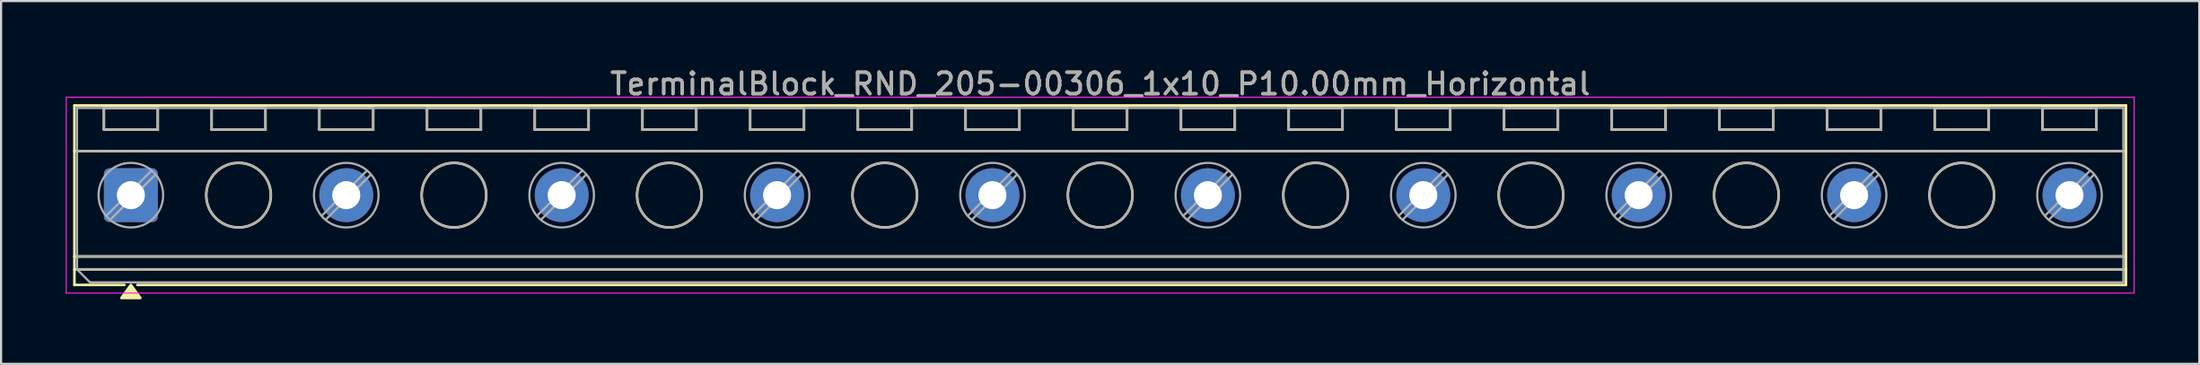
<source format=kicad_pcb>
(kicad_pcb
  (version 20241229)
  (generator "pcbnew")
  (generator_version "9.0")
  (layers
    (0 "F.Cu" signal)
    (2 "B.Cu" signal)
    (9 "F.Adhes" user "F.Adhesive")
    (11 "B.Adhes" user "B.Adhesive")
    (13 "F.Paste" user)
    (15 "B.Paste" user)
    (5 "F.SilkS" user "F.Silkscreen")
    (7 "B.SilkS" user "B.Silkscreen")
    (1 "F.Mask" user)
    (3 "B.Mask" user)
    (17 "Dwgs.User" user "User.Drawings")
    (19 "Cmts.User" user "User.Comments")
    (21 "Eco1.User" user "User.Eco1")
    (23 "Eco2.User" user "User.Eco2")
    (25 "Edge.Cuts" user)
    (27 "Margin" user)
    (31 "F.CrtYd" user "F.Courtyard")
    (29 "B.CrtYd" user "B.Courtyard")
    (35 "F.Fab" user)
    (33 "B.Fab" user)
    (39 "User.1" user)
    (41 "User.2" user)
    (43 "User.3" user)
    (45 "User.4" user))
  (footprint "TerminalBlock_RND_205-00306_1x10_P10.00mm_Horizontal"
    (layer "F.Cu")
    (at 3.025 6.018)
    (property "Reference" "TerminalBlock_RND_205-00306_1x10_P10.00mm_Horizontal" (at 45 -5.17 0) (layer "F.SilkS") (effects (font (size 1 1) (thickness 0.15))))
    (attr through_hole)
    (fp_line (start -2.62 -4.17) (end -2.62 4.17) (stroke (width 0.12) (type solid)) (layer "F.SilkS"))
    (fp_line (start -2.62 -4.17) (end 92.62 -4.17) (stroke (width 0.12) (type solid)) (layer "F.SilkS"))
    (fp_line (start -2.62 -2.05) (end 92.62 -2.05) (stroke (width 0.12) (type solid)) (layer "F.SilkS"))
    (fp_line (start -2.62 2.85) (end 92.62 2.85) (stroke (width 0.12) (type solid)) (layer "F.SilkS"))
    (fp_line (start -2.62 3.45) (end 92.62 3.45) (stroke (width 0.12) (type solid)) (layer "F.SilkS"))
    (fp_line (start -2.62 4.17) (end -0.3 4.17) (stroke (width 0.12) (type solid)) (layer "F.SilkS"))
    (fp_line (start -1.25 -4.05) (end -1.25 -3.05) (stroke (width 0.12) (type solid)) (layer "F.SilkS"))
    (fp_line (start -1.25 -4.05) (end 1.25 -4.05) (stroke (width 0.12) (type solid)) (layer "F.SilkS"))
    (fp_line (start -1.25 -3.05) (end 1.25 -3.05) (stroke (width 0.12) (type solid)) (layer "F.SilkS"))
    (fp_line (start 0.3 4.17) (end 92.62 4.17) (stroke (width 0.12) (type solid)) (layer "F.SilkS"))
    (fp_line (start 1.25 -4.05) (end 1.25 -3.05) (stroke (width 0.12) (type solid)) (layer "F.SilkS"))
    (fp_line (start 3.75 -4.05) (end 3.75 -3.05) (stroke (width 0.12) (type solid)) (layer "F.SilkS"))
    (fp_line (start 3.75 -4.05) (end 6.25 -4.05) (stroke (width 0.12) (type solid)) (layer "F.SilkS"))
    (fp_line (start 3.75 -3.05) (end 6.25 -3.05) (stroke (width 0.12) (type solid)) (layer "F.SilkS"))
    (fp_line (start 6.25 -4.05) (end 6.25 -3.05) (stroke (width 0.12) (type solid)) (layer "F.SilkS"))
    (fp_line (start 8.75 -4.05) (end 8.75 -3.05) (stroke (width 0.12) (type solid)) (layer "F.SilkS"))
    (fp_line (start 8.75 -4.05) (end 11.25 -4.05) (stroke (width 0.12) (type solid)) (layer "F.SilkS"))
    (fp_line (start 8.75 -3.05) (end 11.25 -3.05) (stroke (width 0.12) (type solid)) (layer "F.SilkS"))
    (fp_line (start 11.25 -4.05) (end 11.25 -3.05) (stroke (width 0.12) (type solid)) (layer "F.SilkS"))
    (fp_line (start 13.75 -4.05) (end 13.75 -3.05) (stroke (width 0.12) (type solid)) (layer "F.SilkS"))
    (fp_line (start 13.75 -4.05) (end 16.25 -4.05) (stroke (width 0.12) (type solid)) (layer "F.SilkS"))
    (fp_line (start 13.75 -3.05) (end 16.25 -3.05) (stroke (width 0.12) (type solid)) (layer "F.SilkS"))
    (fp_line (start 16.25 -4.05) (end 16.25 -3.05) (stroke (width 0.12) (type solid)) (layer "F.SilkS"))
    (fp_line (start 18.75 -4.05) (end 18.75 -3.05) (stroke (width 0.12) (type solid)) (layer "F.SilkS"))
    (fp_line (start 18.75 -4.05) (end 21.25 -4.05) (stroke (width 0.12) (type solid)) (layer "F.SilkS"))
    (fp_line (start 18.75 -3.05) (end 21.25 -3.05) (stroke (width 0.12) (type solid)) (layer "F.SilkS"))
    (fp_line (start 21.25 -4.05) (end 21.25 -3.05) (stroke (width 0.12) (type solid)) (layer "F.SilkS"))
    (fp_line (start 23.75 -4.05) (end 23.75 -3.05) (stroke (width 0.12) (type solid)) (layer "F.SilkS"))
    (fp_line (start 23.75 -4.05) (end 26.25 -4.05) (stroke (width 0.12) (type solid)) (layer "F.SilkS"))
    (fp_line (start 23.75 -3.05) (end 26.25 -3.05) (stroke (width 0.12) (type solid)) (layer "F.SilkS"))
    (fp_line (start 26.25 -4.05) (end 26.25 -3.05) (stroke (width 0.12) (type solid)) (layer "F.SilkS"))
    (fp_line (start 28.75 -4.05) (end 28.75 -3.05) (stroke (width 0.12) (type solid)) (layer "F.SilkS"))
    (fp_line (start 28.75 -4.05) (end 31.25 -4.05) (stroke (width 0.12) (type solid)) (layer "F.SilkS"))
    (fp_line (start 28.75 -3.05) (end 31.25 -3.05) (stroke (width 0.12) (type solid)) (layer "F.SilkS"))
    (fp_line (start 31.25 -4.05) (end 31.25 -3.05) (stroke (width 0.12) (type solid)) (layer "F.SilkS"))
    (fp_line (start 33.75 -4.05) (end 33.75 -3.05) (stroke (width 0.12) (type solid)) (layer "F.SilkS"))
    (fp_line (start 33.75 -4.05) (end 36.25 -4.05) (stroke (width 0.12) (type solid)) (layer "F.SilkS"))
    (fp_line (start 33.75 -3.05) (end 36.25 -3.05) (stroke (width 0.12) (type solid)) (layer "F.SilkS"))
    (fp_line (start 36.25 -4.05) (end 36.25 -3.05) (stroke (width 0.12) (type solid)) (layer "F.SilkS"))
    (fp_line (start 38.75 -4.05) (end 38.75 -3.05) (stroke (width 0.12) (type solid)) (layer "F.SilkS"))
    (fp_line (start 38.75 -4.05) (end 41.25 -4.05) (stroke (width 0.12) (type solid)) (layer "F.SilkS"))
    (fp_line (start 38.75 -3.05) (end 41.25 -3.05) (stroke (width 0.12) (type solid)) (layer "F.SilkS"))
    (fp_line (start 41.25 -4.05) (end 41.25 -3.05) (stroke (width 0.12) (type solid)) (layer "F.SilkS"))
    (fp_line (start 43.75 -4.05) (end 43.75 -3.05) (stroke (width 0.12) (type solid)) (layer "F.SilkS"))
    (fp_line (start 43.75 -4.05) (end 46.25 -4.05) (stroke (width 0.12) (type solid)) (layer "F.SilkS"))
    (fp_line (start 43.75 -3.05) (end 46.25 -3.05) (stroke (width 0.12) (type solid)) (layer "F.SilkS"))
    (fp_line (start 46.25 -4.05) (end 46.25 -3.05) (stroke (width 0.12) (type solid)) (layer "F.SilkS"))
    (fp_line (start 48.75 -4.05) (end 48.75 -3.05) (stroke (width 0.12) (type solid)) (layer "F.SilkS"))
    (fp_line (start 48.75 -4.05) (end 51.25 -4.05) (stroke (width 0.12) (type solid)) (layer "F.SilkS"))
    (fp_line (start 48.75 -3.05) (end 51.25 -3.05) (stroke (width 0.12) (type solid)) (layer "F.SilkS"))
    (fp_line (start 51.25 -4.05) (end 51.25 -3.05) (stroke (width 0.12) (type solid)) (layer "F.SilkS"))
    (fp_line (start 53.75 -4.05) (end 53.75 -3.05) (stroke (width 0.12) (type solid)) (layer "F.SilkS"))
    (fp_line (start 53.75 -4.05) (end 56.25 -4.05) (stroke (width 0.12) (type solid)) (layer "F.SilkS"))
    (fp_line (start 53.75 -3.05) (end 56.25 -3.05) (stroke (width 0.12) (type solid)) (layer "F.SilkS"))
    (fp_line (start 56.25 -4.05) (end 56.25 -3.05) (stroke (width 0.12) (type solid)) (layer "F.SilkS"))
    (fp_line (start 58.75 -4.05) (end 58.75 -3.05) (stroke (width 0.12) (type solid)) (layer "F.SilkS"))
    (fp_line (start 58.75 -4.05) (end 61.25 -4.05) (stroke (width 0.12) (type solid)) (layer "F.SilkS"))
    (fp_line (start 58.75 -3.05) (end 61.25 -3.05) (stroke (width 0.12) (type solid)) (layer "F.SilkS"))
    (fp_line (start 61.25 -4.05) (end 61.25 -3.05) (stroke (width 0.12) (type solid)) (layer "F.SilkS"))
    (fp_line (start 63.75 -4.05) (end 63.75 -3.05) (stroke (width 0.12) (type solid)) (layer "F.SilkS"))
    (fp_line (start 63.75 -4.05) (end 66.25 -4.05) (stroke (width 0.12) (type solid)) (layer "F.SilkS"))
    (fp_line (start 63.75 -3.05) (end 66.25 -3.05) (stroke (width 0.12) (type solid)) (layer "F.SilkS"))
    (fp_line (start 66.25 -4.05) (end 66.25 -3.05) (stroke (width 0.12) (type solid)) (layer "F.SilkS"))
    (fp_line (start 68.75 -4.05) (end 68.75 -3.05) (stroke (width 0.12) (type solid)) (layer "F.SilkS"))
    (fp_line (start 68.75 -4.05) (end 71.25 -4.05) (stroke (width 0.12) (type solid)) (layer "F.SilkS"))
    (fp_line (start 68.75 -3.05) (end 71.25 -3.05) (stroke (width 0.12) (type solid)) (layer "F.SilkS"))
    (fp_line (start 71.25 -4.05) (end 71.25 -3.05) (stroke (width 0.12) (type solid)) (layer "F.SilkS"))
    (fp_line (start 73.75 -4.05) (end 73.75 -3.05) (stroke (width 0.12) (type solid)) (layer "F.SilkS"))
    (fp_line (start 73.75 -4.05) (end 76.25 -4.05) (stroke (width 0.12) (type solid)) (layer "F.SilkS"))
    (fp_line (start 73.75 -3.05) (end 76.25 -3.05) (stroke (width 0.12) (type solid)) (layer "F.SilkS"))
    (fp_line (start 76.25 -4.05) (end 76.25 -3.05) (stroke (width 0.12) (type solid)) (layer "F.SilkS"))
    (fp_line (start 78.75 -4.05) (end 78.75 -3.05) (stroke (width 0.12) (type solid)) (layer "F.SilkS"))
    (fp_line (start 78.75 -4.05) (end 81.25 -4.05) (stroke (width 0.12) (type solid)) (layer "F.SilkS"))
    (fp_line (start 78.75 -3.05) (end 81.25 -3.05) (stroke (width 0.12) (type solid)) (layer "F.SilkS"))
    (fp_line (start 81.25 -4.05) (end 81.25 -3.05) (stroke (width 0.12) (type solid)) (layer "F.SilkS"))
    (fp_line (start 83.75 -4.05) (end 83.75 -3.05) (stroke (width 0.12) (type solid)) (layer "F.SilkS"))
    (fp_line (start 83.75 -4.05) (end 86.25 -4.05) (stroke (width 0.12) (type solid)) (layer "F.SilkS"))
    (fp_line (start 83.75 -3.05) (end 86.25 -3.05) (stroke (width 0.12) (type solid)) (layer "F.SilkS"))
    (fp_line (start 86.25 -4.05) (end 86.25 -3.05) (stroke (width 0.12) (type solid)) (layer "F.SilkS"))
    (fp_line (start 88.75 -4.05) (end 88.75 -3.05) (stroke (width 0.12) (type solid)) (layer "F.SilkS"))
    (fp_line (start 88.75 -4.05) (end 91.25 -4.05) (stroke (width 0.12) (type solid)) (layer "F.SilkS"))
    (fp_line (start 88.75 -3.05) (end 91.25 -3.05) (stroke (width 0.12) (type solid)) (layer "F.SilkS"))
    (fp_line (start 91.25 -4.05) (end 91.25 -3.05) (stroke (width 0.12) (type solid)) (layer "F.SilkS"))
    (fp_line (start 92.62 -4.17) (end 92.62 4.17) (stroke (width 0.12) (type solid)) (layer "F.SilkS"))
    (fp_circle (center 5 0) (end 6.5 0) (stroke (width 0.12) (type solid)) (fill no) (layer "F.SilkS"))
    (fp_circle (center 15 0) (end 16.5 0) (stroke (width 0.12) (type solid)) (fill no) (layer "F.SilkS"))
    (fp_circle (center 25 0) (end 26.5 0) (stroke (width 0.12) (type solid)) (fill no) (layer "F.SilkS"))
    (fp_circle (center 35 0) (end 36.5 0) (stroke (width 0.12) (type solid)) (fill no) (layer "F.SilkS"))
    (fp_circle (center 45 0) (end 46.5 0) (stroke (width 0.12) (type solid)) (fill no) (layer "F.SilkS"))
    (fp_circle (center 55 0) (end 56.5 0) (stroke (width 0.12) (type solid)) (fill no) (layer "F.SilkS"))
    (fp_circle (center 65 0) (end 66.5 0) (stroke (width 0.12) (type solid)) (fill no) (layer "F.SilkS"))
    (fp_circle (center 75 0) (end 76.5 0) (stroke (width 0.12) (type solid)) (fill no) (layer "F.SilkS"))
    (fp_circle (center 85 0) (end 86.5 0) (stroke (width 0.12) (type solid)) (fill no) (layer "F.SilkS"))
    (fp_poly (pts (xy 0 4.17) (xy 0.44 4.78) (xy -0.44 4.78)) (stroke (width 0.12) (type solid)) (fill yes) (layer "F.SilkS"))
    (fp_line (start -3 -4.55) (end -3 4.55) (stroke (width 0.05) (type solid)) (layer "F.CrtYd"))
    (fp_line (start -3 4.55) (end 93 4.55) (stroke (width 0.05) (type solid)) (layer "F.CrtYd"))
    (fp_line (start 93 -4.55) (end -3 -4.55) (stroke (width 0.05) (type solid)) (layer "F.CrtYd"))
    (fp_line (start 93 4.55) (end 93 -4.55) (stroke (width 0.05) (type solid)) (layer "F.CrtYd"))
    (fp_line (start -2.5 -4.05) (end 92.5 -4.05) (stroke (width 0.1) (type solid)) (layer "F.Fab"))
    (fp_line (start -2.5 -2.05) (end 92.5 -2.05) (stroke (width 0.1) (type solid)) (layer "F.Fab"))
    (fp_line (start -2.5 2.85) (end 92.5 2.85) (stroke (width 0.1) (type solid)) (layer "F.Fab"))
    (fp_line (start -2.5 3.45) (end -2.5 -4.05) (stroke (width 0.1) (type solid)) (layer "F.Fab"))
    (fp_line (start -2.5 3.45) (end 92.5 3.45) (stroke (width 0.1) (type solid)) (layer "F.Fab"))
    (fp_line (start -1.9 4.05) (end -2.5 3.45) (stroke (width 0.1) (type solid)) (layer "F.Fab"))
    (fp_line (start -1.25 -4.05) (end -1.25 -3.05) (stroke (width 0.1) (type solid)) (layer "F.Fab"))
    (fp_line (start -1.25 -3.05) (end 1.25 -3.05) (stroke (width 0.1) (type solid)) (layer "F.Fab"))
    (fp_line (start 0.955 -1.138) (end -1.138 0.955) (stroke (width 0.1) (type solid)) (layer "F.Fab"))
    (fp_line (start 1.138 -0.955) (end -0.955 1.138) (stroke (width 0.1) (type solid)) (layer "F.Fab"))
    (fp_line (start 1.25 -4.05) (end -1.25 -4.05) (stroke (width 0.1) (type solid)) (layer "F.Fab"))
    (fp_line (start 1.25 -3.05) (end 1.25 -4.05) (stroke (width 0.1) (type solid)) (layer "F.Fab"))
    (fp_line (start 3.75 -4.05) (end 3.75 -3.05) (stroke (width 0.1) (type solid)) (layer "F.Fab"))
    (fp_line (start 3.75 -3.05) (end 6.25 -3.05) (stroke (width 0.1) (type solid)) (layer "F.Fab"))
    (fp_line (start 6.25 -4.05) (end 3.75 -4.05) (stroke (width 0.1) (type solid)) (layer "F.Fab"))
    (fp_line (start 6.25 -3.05) (end 6.25 -4.05) (stroke (width 0.1) (type solid)) (layer "F.Fab"))
    (fp_line (start 8.75 -4.05) (end 8.75 -3.05) (stroke (width 0.1) (type solid)) (layer "F.Fab"))
    (fp_line (start 8.75 -3.05) (end 11.25 -3.05) (stroke (width 0.1) (type solid)) (layer "F.Fab"))
    (fp_line (start 10.955 -1.138) (end 8.862 0.955) (stroke (width 0.1) (type solid)) (layer "F.Fab"))
    (fp_line (start 11.138 -0.955) (end 9.045 1.138) (stroke (width 0.1) (type solid)) (layer "F.Fab"))
    (fp_line (start 11.25 -4.05) (end 8.75 -4.05) (stroke (width 0.1) (type solid)) (layer "F.Fab"))
    (fp_line (start 11.25 -3.05) (end 11.25 -4.05) (stroke (width 0.1) (type solid)) (layer "F.Fab"))
    (fp_line (start 13.75 -4.05) (end 13.75 -3.05) (stroke (width 0.1) (type solid)) (layer "F.Fab"))
    (fp_line (start 13.75 -3.05) (end 16.25 -3.05) (stroke (width 0.1) (type solid)) (layer "F.Fab"))
    (fp_line (start 16.25 -4.05) (end 13.75 -4.05) (stroke (width 0.1) (type solid)) (layer "F.Fab"))
    (fp_line (start 16.25 -3.05) (end 16.25 -4.05) (stroke (width 0.1) (type solid)) (layer "F.Fab"))
    (fp_line (start 18.75 -4.05) (end 18.75 -3.05) (stroke (width 0.1) (type solid)) (layer "F.Fab"))
    (fp_line (start 18.75 -3.05) (end 21.25 -3.05) (stroke (width 0.1) (type solid)) (layer "F.Fab"))
    (fp_line (start 20.955 -1.138) (end 18.862 0.955) (stroke (width 0.1) (type solid)) (layer "F.Fab"))
    (fp_line (start 21.138 -0.955) (end 19.045 1.138) (stroke (width 0.1) (type solid)) (layer "F.Fab"))
    (fp_line (start 21.25 -4.05) (end 18.75 -4.05) (stroke (width 0.1) (type solid)) (layer "F.Fab"))
    (fp_line (start 21.25 -3.05) (end 21.25 -4.05) (stroke (width 0.1) (type solid)) (layer "F.Fab"))
    (fp_line (start 23.75 -4.05) (end 23.75 -3.05) (stroke (width 0.1) (type solid)) (layer "F.Fab"))
    (fp_line (start 23.75 -3.05) (end 26.25 -3.05) (stroke (width 0.1) (type solid)) (layer "F.Fab"))
    (fp_line (start 26.25 -4.05) (end 23.75 -4.05) (stroke (width 0.1) (type solid)) (layer "F.Fab"))
    (fp_line (start 26.25 -3.05) (end 26.25 -4.05) (stroke (width 0.1) (type solid)) (layer "F.Fab"))
    (fp_line (start 28.75 -4.05) (end 28.75 -3.05) (stroke (width 0.1) (type solid)) (layer "F.Fab"))
    (fp_line (start 28.75 -3.05) (end 31.25 -3.05) (stroke (width 0.1) (type solid)) (layer "F.Fab"))
    (fp_line (start 30.955 -1.138) (end 28.862 0.955) (stroke (width 0.1) (type solid)) (layer "F.Fab"))
    (fp_line (start 31.138 -0.955) (end 29.045 1.138) (stroke (width 0.1) (type solid)) (layer "F.Fab"))
    (fp_line (start 31.25 -4.05) (end 28.75 -4.05) (stroke (width 0.1) (type solid)) (layer "F.Fab"))
    (fp_line (start 31.25 -3.05) (end 31.25 -4.05) (stroke (width 0.1) (type solid)) (layer "F.Fab"))
    (fp_line (start 33.75 -4.05) (end 33.75 -3.05) (stroke (width 0.1) (type solid)) (layer "F.Fab"))
    (fp_line (start 33.75 -3.05) (end 36.25 -3.05) (stroke (width 0.1) (type solid)) (layer "F.Fab"))
    (fp_line (start 36.25 -4.05) (end 33.75 -4.05) (stroke (width 0.1) (type solid)) (layer "F.Fab"))
    (fp_line (start 36.25 -3.05) (end 36.25 -4.05) (stroke (width 0.1) (type solid)) (layer "F.Fab"))
    (fp_line (start 38.75 -4.05) (end 38.75 -3.05) (stroke (width 0.1) (type solid)) (layer "F.Fab"))
    (fp_line (start 38.75 -3.05) (end 41.25 -3.05) (stroke (width 0.1) (type solid)) (layer "F.Fab"))
    (fp_line (start 40.955 -1.138) (end 38.862 0.955) (stroke (width 0.1) (type solid)) (layer "F.Fab"))
    (fp_line (start 41.138 -0.955) (end 39.045 1.138) (stroke (width 0.1) (type solid)) (layer "F.Fab"))
    (fp_line (start 41.25 -4.05) (end 38.75 -4.05) (stroke (width 0.1) (type solid)) (layer "F.Fab"))
    (fp_line (start 41.25 -3.05) (end 41.25 -4.05) (stroke (width 0.1) (type solid)) (layer "F.Fab"))
    (fp_line (start 43.75 -4.05) (end 43.75 -3.05) (stroke (width 0.1) (type solid)) (layer "F.Fab"))
    (fp_line (start 43.75 -3.05) (end 46.25 -3.05) (stroke (width 0.1) (type solid)) (layer "F.Fab"))
    (fp_line (start 46.25 -4.05) (end 43.75 -4.05) (stroke (width 0.1) (type solid)) (layer "F.Fab"))
    (fp_line (start 46.25 -3.05) (end 46.25 -4.05) (stroke (width 0.1) (type solid)) (layer "F.Fab"))
    (fp_line (start 48.75 -4.05) (end 48.75 -3.05) (stroke (width 0.1) (type solid)) (layer "F.Fab"))
    (fp_line (start 48.75 -3.05) (end 51.25 -3.05) (stroke (width 0.1) (type solid)) (layer "F.Fab"))
    (fp_line (start 50.955 -1.138) (end 48.862 0.955) (stroke (width 0.1) (type solid)) (layer "F.Fab"))
    (fp_line (start 51.138 -0.955) (end 49.045 1.138) (stroke (width 0.1) (type solid)) (layer "F.Fab"))
    (fp_line (start 51.25 -4.05) (end 48.75 -4.05) (stroke (width 0.1) (type solid)) (layer "F.Fab"))
    (fp_line (start 51.25 -3.05) (end 51.25 -4.05) (stroke (width 0.1) (type solid)) (layer "F.Fab"))
    (fp_line (start 53.75 -4.05) (end 53.75 -3.05) (stroke (width 0.1) (type solid)) (layer "F.Fab"))
    (fp_line (start 53.75 -3.05) (end 56.25 -3.05) (stroke (width 0.1) (type solid)) (layer "F.Fab"))
    (fp_line (start 56.25 -4.05) (end 53.75 -4.05) (stroke (width 0.1) (type solid)) (layer "F.Fab"))
    (fp_line (start 56.25 -3.05) (end 56.25 -4.05) (stroke (width 0.1) (type solid)) (layer "F.Fab"))
    (fp_line (start 58.75 -4.05) (end 58.75 -3.05) (stroke (width 0.1) (type solid)) (layer "F.Fab"))
    (fp_line (start 58.75 -3.05) (end 61.25 -3.05) (stroke (width 0.1) (type solid)) (layer "F.Fab"))
    (fp_line (start 60.955 -1.138) (end 58.862 0.955) (stroke (width 0.1) (type solid)) (layer "F.Fab"))
    (fp_line (start 61.138 -0.955) (end 59.045 1.138) (stroke (width 0.1) (type solid)) (layer "F.Fab"))
    (fp_line (start 61.25 -4.05) (end 58.75 -4.05) (stroke (width 0.1) (type solid)) (layer "F.Fab"))
    (fp_line (start 61.25 -3.05) (end 61.25 -4.05) (stroke (width 0.1) (type solid)) (layer "F.Fab"))
    (fp_line (start 63.75 -4.05) (end 63.75 -3.05) (stroke (width 0.1) (type solid)) (layer "F.Fab"))
    (fp_line (start 63.75 -3.05) (end 66.25 -3.05) (stroke (width 0.1) (type solid)) (layer "F.Fab"))
    (fp_line (start 66.25 -4.05) (end 63.75 -4.05) (stroke (width 0.1) (type solid)) (layer "F.Fab"))
    (fp_line (start 66.25 -3.05) (end 66.25 -4.05) (stroke (width 0.1) (type solid)) (layer "F.Fab"))
    (fp_line (start 68.75 -4.05) (end 68.75 -3.05) (stroke (width 0.1) (type solid)) (layer "F.Fab"))
    (fp_line (start 68.75 -3.05) (end 71.25 -3.05) (stroke (width 0.1) (type solid)) (layer "F.Fab"))
    (fp_line (start 70.955 -1.138) (end 68.862 0.955) (stroke (width 0.1) (type solid)) (layer "F.Fab"))
    (fp_line (start 71.138 -0.955) (end 69.045 1.138) (stroke (width 0.1) (type solid)) (layer "F.Fab"))
    (fp_line (start 71.25 -4.05) (end 68.75 -4.05) (stroke (width 0.1) (type solid)) (layer "F.Fab"))
    (fp_line (start 71.25 -3.05) (end 71.25 -4.05) (stroke (width 0.1) (type solid)) (layer "F.Fab"))
    (fp_line (start 73.75 -4.05) (end 73.75 -3.05) (stroke (width 0.1) (type solid)) (layer "F.Fab"))
    (fp_line (start 73.75 -3.05) (end 76.25 -3.05) (stroke (width 0.1) (type solid)) (layer "F.Fab"))
    (fp_line (start 76.25 -4.05) (end 73.75 -4.05) (stroke (width 0.1) (type solid)) (layer "F.Fab"))
    (fp_line (start 76.25 -3.05) (end 76.25 -4.05) (stroke (width 0.1) (type solid)) (layer "F.Fab"))
    (fp_line (start 78.75 -4.05) (end 78.75 -3.05) (stroke (width 0.1) (type solid)) (layer "F.Fab"))
    (fp_line (start 78.75 -3.05) (end 81.25 -3.05) (stroke (width 0.1) (type solid)) (layer "F.Fab"))
    (fp_line (start 80.955 -1.138) (end 78.862 0.955) (stroke (width 0.1) (type solid)) (layer "F.Fab"))
    (fp_line (start 81.138 -0.955) (end 79.045 1.138) (stroke (width 0.1) (type solid)) (layer "F.Fab"))
    (fp_line (start 81.25 -4.05) (end 78.75 -4.05) (stroke (width 0.1) (type solid)) (layer "F.Fab"))
    (fp_line (start 81.25 -3.05) (end 81.25 -4.05) (stroke (width 0.1) (type solid)) (layer "F.Fab"))
    (fp_line (start 83.75 -4.05) (end 83.75 -3.05) (stroke (width 0.1) (type solid)) (layer "F.Fab"))
    (fp_line (start 83.75 -3.05) (end 86.25 -3.05) (stroke (width 0.1) (type solid)) (layer "F.Fab"))
    (fp_line (start 86.25 -4.05) (end 83.75 -4.05) (stroke (width 0.1) (type solid)) (layer "F.Fab"))
    (fp_line (start 86.25 -3.05) (end 86.25 -4.05) (stroke (width 0.1) (type solid)) (layer "F.Fab"))
    (fp_line (start 88.75 -4.05) (end 88.75 -3.05) (stroke (width 0.1) (type solid)) (layer "F.Fab"))
    (fp_line (start 88.75 -3.05) (end 91.25 -3.05) (stroke (width 0.1) (type solid)) (layer "F.Fab"))
    (fp_line (start 90.955 -1.138) (end 88.862 0.955) (stroke (width 0.1) (type solid)) (layer "F.Fab"))
    (fp_line (start 91.138 -0.955) (end 89.045 1.138) (stroke (width 0.1) (type solid)) (layer "F.Fab"))
    (fp_line (start 91.25 -4.05) (end 88.75 -4.05) (stroke (width 0.1) (type solid)) (layer "F.Fab"))
    (fp_line (start 91.25 -3.05) (end 91.25 -4.05) (stroke (width 0.1) (type solid)) (layer "F.Fab"))
    (fp_line (start 92.5 -4.05) (end 92.5 4.05) (stroke (width 0.1) (type solid)) (layer "F.Fab"))
    (fp_line (start 92.5 4.05) (end -1.9 4.05) (stroke (width 0.1) (type solid)) (layer "F.Fab"))
    (fp_circle (center 0 0) (end 1.5 0) (stroke (width 0.1) (type solid)) (fill no) (layer "F.Fab"))
    (fp_circle (center 5 0) (end 6.5 0) (stroke (width 0.1) (type solid)) (fill no) (layer "F.Fab"))
    (fp_circle (center 10 0) (end 11.5 0) (stroke (width 0.1) (type solid)) (fill no) (layer "F.Fab"))
    (fp_circle (center 15 0) (end 16.5 0) (stroke (width 0.1) (type solid)) (fill no) (layer "F.Fab"))
    (fp_circle (center 20 0) (end 21.5 0) (stroke (width 0.1) (type solid)) (fill no) (layer "F.Fab"))
    (fp_circle (center 25 0) (end 26.5 0) (stroke (width 0.1) (type solid)) (fill no) (layer "F.Fab"))
    (fp_circle (center 30 0) (end 31.5 0) (stroke (width 0.1) (type solid)) (fill no) (layer "F.Fab"))
    (fp_circle (center 35 0) (end 36.5 0) (stroke (width 0.1) (type solid)) (fill no) (layer "F.Fab"))
    (fp_circle (center 40 0) (end 41.5 0) (stroke (width 0.1) (type solid)) (fill no) (layer "F.Fab"))
    (fp_circle (center 45 0) (end 46.5 0) (stroke (width 0.1) (type solid)) (fill no) (layer "F.Fab"))
    (fp_circle (center 50 0) (end 51.5 0) (stroke (width 0.1) (type solid)) (fill no) (layer "F.Fab"))
    (fp_circle (center 55 0) (end 56.5 0) (stroke (width 0.1) (type solid)) (fill no) (layer "F.Fab"))
    (fp_circle (center 60 0) (end 61.5 0) (stroke (width 0.1) (type solid)) (fill no) (layer "F.Fab"))
    (fp_circle (center 65 0) (end 66.5 0) (stroke (width 0.1) (type solid)) (fill no) (layer "F.Fab"))
    (fp_circle (center 70 0) (end 71.5 0) (stroke (width 0.1) (type solid)) (fill no) (layer "F.Fab"))
    (fp_circle (center 75 0) (end 76.5 0) (stroke (width 0.1) (type solid)) (fill no) (layer "F.Fab"))
    (fp_circle (center 80 0) (end 81.5 0) (stroke (width 0.1) (type solid)) (fill no) (layer "F.Fab"))
    (fp_circle (center 85 0) (end 86.5 0) (stroke (width 0.1) (type solid)) (fill no) (layer "F.Fab"))
    (fp_circle (center 90 0) (end 91.5 0) (stroke (width 0.1) (type solid)) (fill no) (layer "F.Fab"))
    (fp_text user "${REFERENCE}" (at 45 -5.17 0) (layer "F.Fab") (effects (font (size 1 1) (thickness 0.15))))
    (pad "1" thru_hole roundrect (at 0 0) (size 2.5 2.5) (drill 1.3) (layers "*.Cu" "*.Mask") (roundrect_rratio 0.1))
    (pad "2" thru_hole circle (at 10 0) (size 2.5 2.5) (drill 1.3) (layers "*.Cu" "*.Mask"))
    (pad "3" thru_hole circle (at 20 0) (size 2.5 2.5) (drill 1.3) (layers "*.Cu" "*.Mask"))
    (pad "4" thru_hole circle (at 30 0) (size 2.5 2.5) (drill 1.3) (layers "*.Cu" "*.Mask"))
    (pad "5" thru_hole circle (at 40 0) (size 2.5 2.5) (drill 1.3) (layers "*.Cu" "*.Mask"))
    (pad "6" thru_hole circle (at 50 0) (size 2.5 2.5) (drill 1.3) (layers "*.Cu" "*.Mask"))
    (pad "7" thru_hole circle (at 60 0) (size 2.5 2.5) (drill 1.3) (layers "*.Cu" "*.Mask"))
    (pad "8" thru_hole circle (at 70 0) (size 2.5 2.5) (drill 1.3) (layers "*.Cu" "*.Mask"))
    (pad "9" thru_hole circle (at 80 0) (size 2.5 2.5) (drill 1.3) (layers "*.Cu" "*.Mask"))
    (pad "10" thru_hole circle (at 90 0) (size 2.5 2.5) (drill 1.3) (layers "*.Cu" "*.Mask")))
  (gr_rect
    (start -3 -3)
    (end 99.05 13.858)
    (stroke (width 0.1) (type default))
    (fill no)
    (layer "Edge.Cuts")))
</source>
